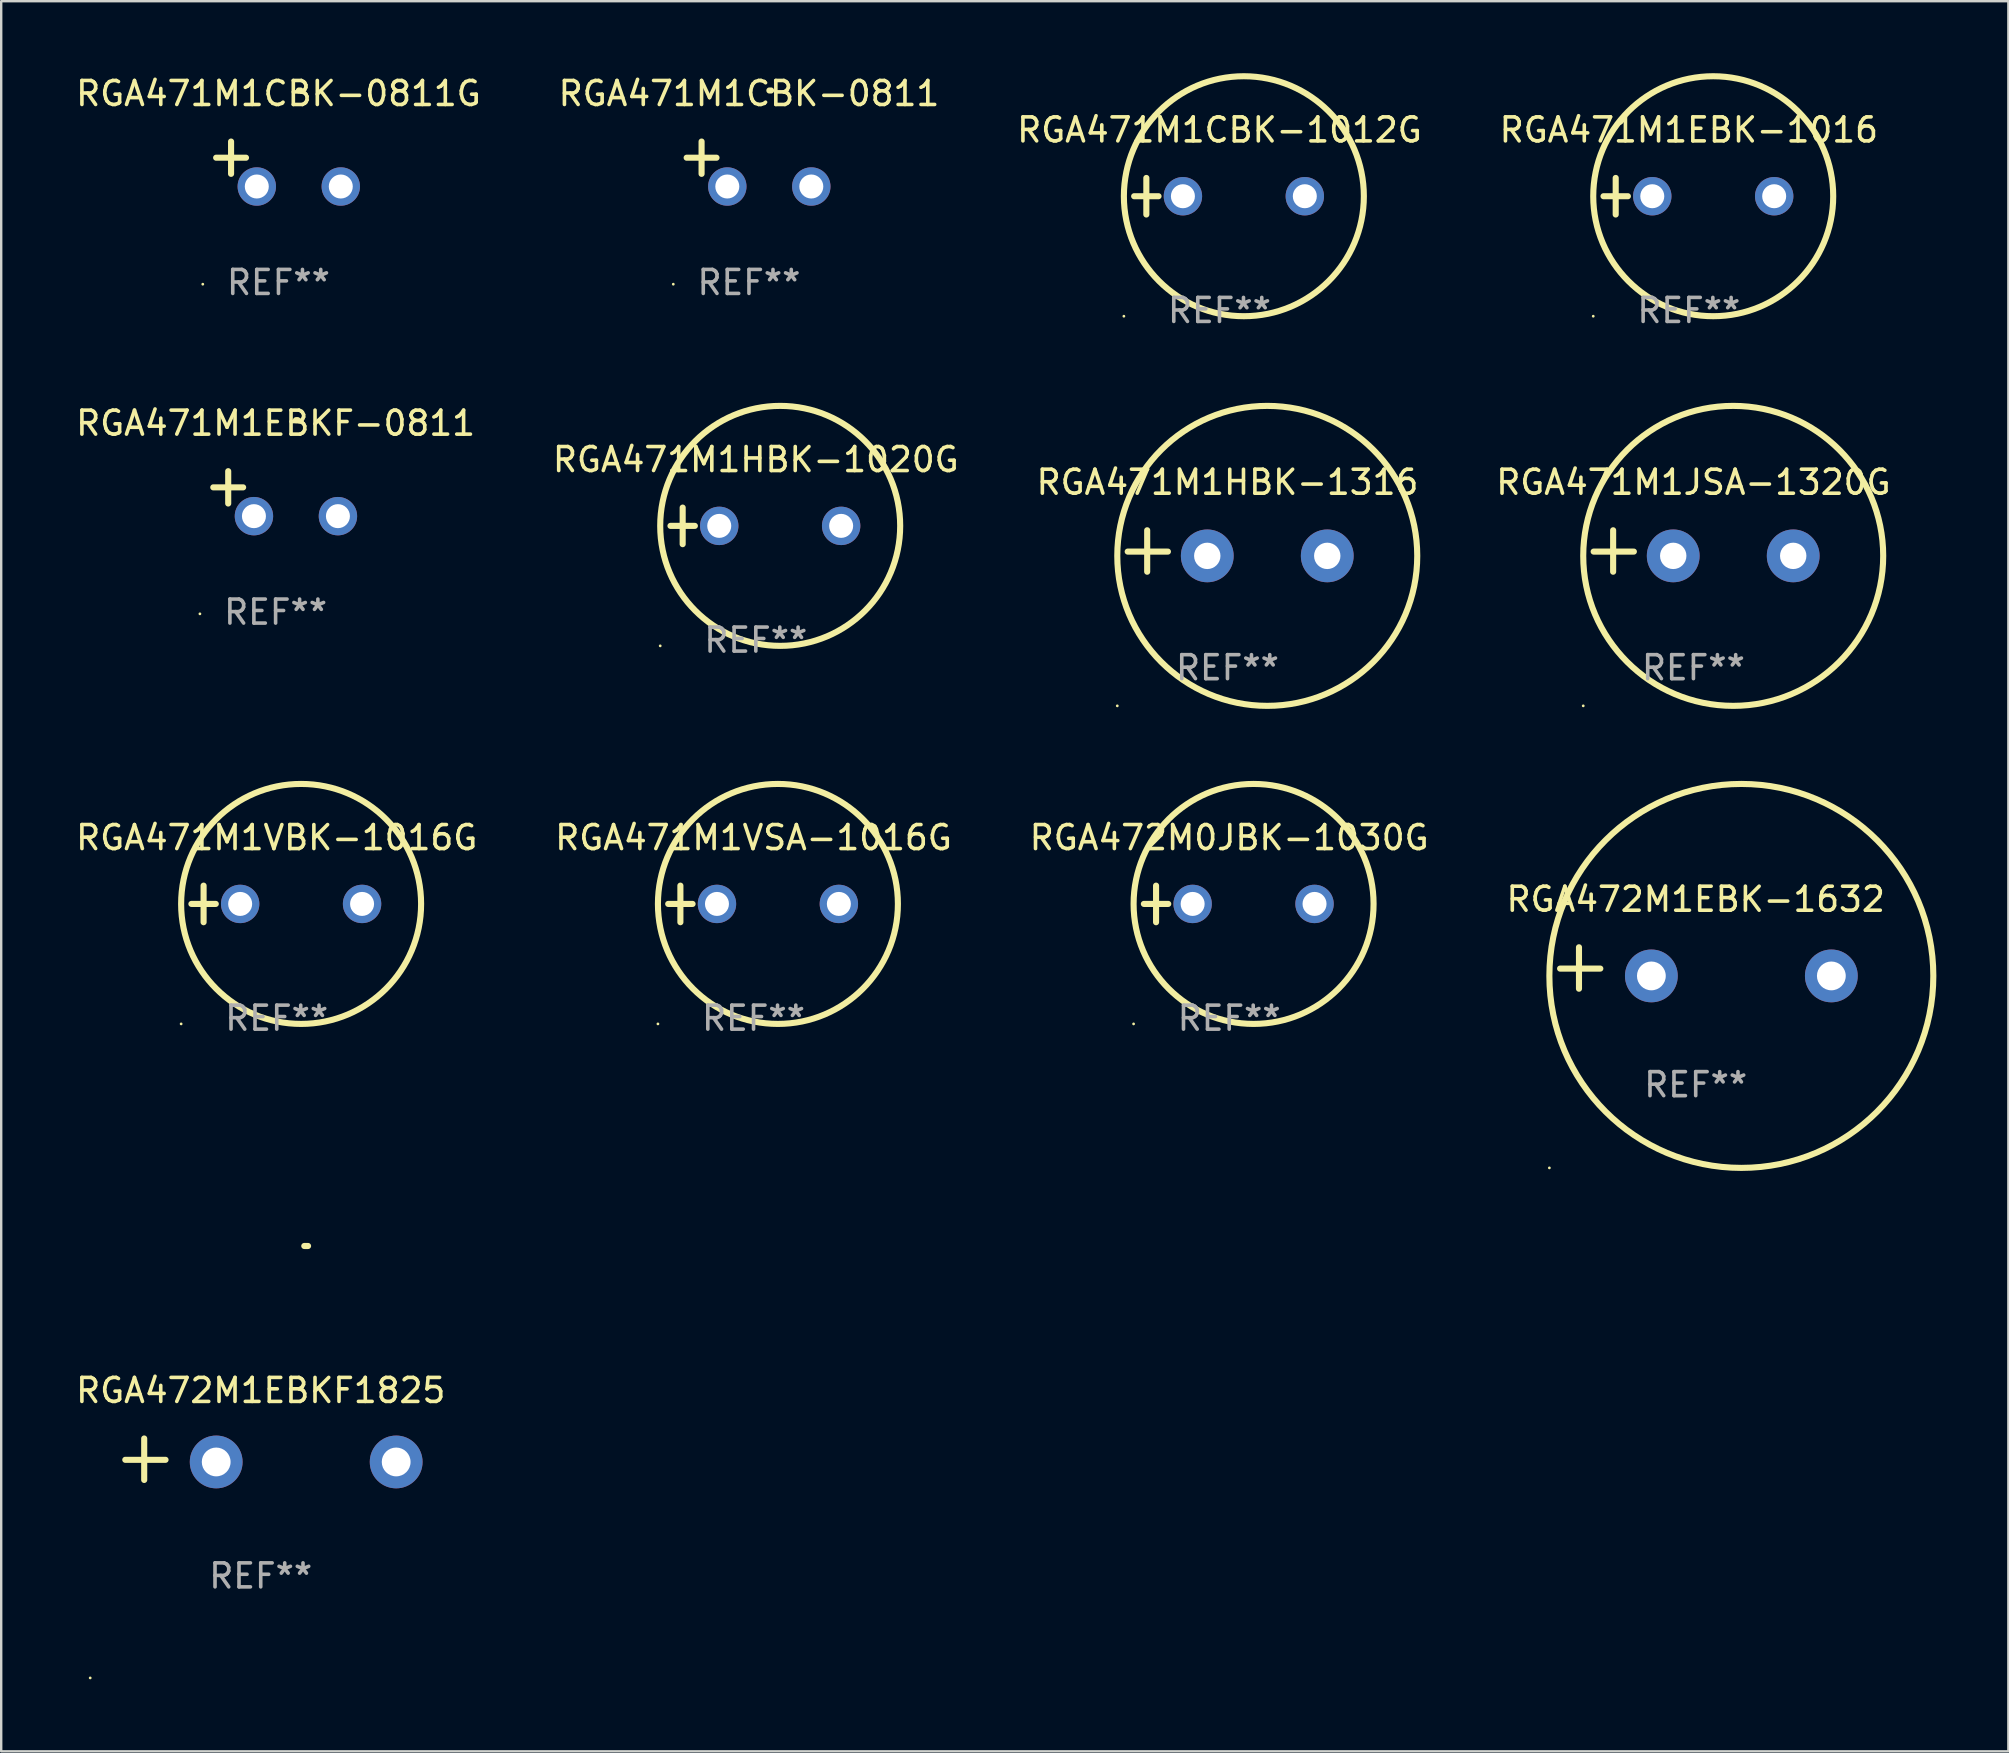
<source format=kicad_pcb>
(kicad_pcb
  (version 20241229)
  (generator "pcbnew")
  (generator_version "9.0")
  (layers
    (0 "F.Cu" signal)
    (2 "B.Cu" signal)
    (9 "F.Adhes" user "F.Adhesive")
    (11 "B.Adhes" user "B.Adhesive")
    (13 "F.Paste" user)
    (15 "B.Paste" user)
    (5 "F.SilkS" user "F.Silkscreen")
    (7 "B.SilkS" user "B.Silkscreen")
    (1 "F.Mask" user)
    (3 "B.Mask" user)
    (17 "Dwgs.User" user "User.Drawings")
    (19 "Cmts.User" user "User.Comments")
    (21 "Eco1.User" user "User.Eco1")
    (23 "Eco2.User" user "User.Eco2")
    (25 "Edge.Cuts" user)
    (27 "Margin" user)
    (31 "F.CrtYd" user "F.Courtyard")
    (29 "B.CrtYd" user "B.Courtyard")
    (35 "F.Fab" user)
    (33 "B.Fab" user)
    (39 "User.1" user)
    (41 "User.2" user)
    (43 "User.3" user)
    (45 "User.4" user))
  (footprint "RGA472M1EBK-1632"
    (layer "F.Cu")
    (at 67.613 37.288)
    (property "Reference" "RGA472M1EBK-1632" (at 0 -2.864 0) (layer "F.SilkS") (effects (font (size 1 1) (thickness 0.15))))
    (attr through_hole)
    (fp_line (start -4.864 0.864) (end -4.864 -0.864) (stroke (width 0.254) (type solid)) (layer "F.SilkS"))
    (fp_line (start -3.975 0.025) (end -5.652 0.025) (stroke (width 0.254) (type solid)) (layer "F.SilkS"))
    (fp_circle (center -6.098 8.33) (end -6.068 8.33) (stroke (width 0.06) (type solid)) (fill no) (layer "F.SilkS"))
    (fp_circle (center 1.902 0.33) (end 9.902 0.33) (stroke (width 0.254) (type solid)) (fill no) (layer "F.SilkS"))
    (fp_text user "REF**" (at 0 4.864 0) (layer "F.Fab") (effects (font (size 1 1) (thickness 0.15))))
    (pad "1" thru_hole circle (at -1.848 0.33) (size 2.2 2.2) (drill 1.2) (layers "*.Cu" "*.Mask"))
    (pad "2" thru_hole circle (at 5.652 0.33) (size 2.2 2.2) (drill 1.2) (layers "*.Cu" "*.Mask")))
  (footprint "RGA471M1CBK-0811G"
    (layer "F.Cu")
    (at 8.554 3.785)
    (property "Reference" "RGA471M1CBK-0811G" (at 0 -2.937 0) (layer "F.SilkS") (effects (font (size 1 1) (thickness 0.15))))
    (attr through_hole)
    (fp_line (start -1.975 0.41) (end -1.975 -0.937) (stroke (width 0.254) (type solid)) (layer "F.SilkS"))
    (fp_line (start -1.353 -0.263) (end -2.597 -0.263) (stroke (width 0.254) (type solid)) (layer "F.SilkS"))
    (fp_arc (start 0.849809 -3.063957) (mid 0.885369 -3.064114) (end 0.920929 -3.063957) (stroke (width 0.254001) (type solid)) (layer "F.SilkS"))
    (fp_circle (center -3.154 5.008) (end -3.124 5.008) (stroke (width 0.06) (type solid)) (fill no) (layer "F.SilkS"))
    (fp_text user "REF**" (at 0 4.937 0) (layer "F.Fab") (effects (font (size 1 1) (thickness 0.15))))
    (pad "1" thru_hole circle (at -0.903 0.937) (size 1.6 1.6) (drill 1) (layers "*.Cu" "*.Mask"))
    (pad "2" thru_hole circle (at 2.597 0.937) (size 1.6 1.6) (drill 1) (layers "*.Cu" "*.Mask")))
  (footprint "RGA471M1VBK-1016G"
    (layer "F.Cu")
    (at 8.482 34.618)
    (property "Reference" "RGA471M1VBK-1016G" (at 0 -2.762 0) (layer "F.SilkS") (effects (font (size 1 1) (thickness 0.15))))
    (attr through_hole)
    (fp_line (start -3.556 0) (end -2.54 0) (stroke (width 0.254) (type solid)) (layer "F.SilkS"))
    (fp_line (start -3.048 -0.762) (end -3.048 0.762) (stroke (width 0.254) (type solid)) (layer "F.SilkS"))
    (fp_circle (center -3.984 5) (end -3.954 5) (stroke (width 0.06) (type solid)) (fill no) (layer "F.SilkS"))
    (fp_circle (center 1.016 0) (end 6.016 0) (stroke (width 0.254) (type solid)) (fill no) (layer "F.SilkS"))
    (fp_text user "REF**" (at 0 4.762 0) (layer "F.Fab") (effects (font (size 1 1) (thickness 0.15))))
    (pad "1" thru_hole circle (at -1.524 0) (size 1.6 1.6) (drill 1) (layers "*.Cu" "*.Mask"))
    (pad "2" thru_hole circle (at 3.556 0) (size 1.6 1.6) (drill 1) (layers "*.Cu" "*.Mask")))
  (footprint "RGA471M1HBK-1316"
    (layer "F.Cu")
    (at 48.101 19.911)
    (property "Reference" "RGA471M1HBK-1316" (at 0 -2.864 0) (layer "F.SilkS") (effects (font (size 1 1) (thickness 0.15))))
    (attr through_hole)
    (fp_line (start -3.346 0.864) (end -3.346 -0.864) (stroke (width 0.254) (type solid)) (layer "F.SilkS"))
    (fp_line (start -2.482 0.025) (end -4.158 0.025) (stroke (width 0.254) (type solid)) (layer "F.SilkS"))
    (fp_circle (center -4.592 6.453) (end -4.562 6.453) (stroke (width 0.06) (type solid)) (fill no) (layer "F.SilkS"))
    (fp_circle (center 1.658 0.203) (end 7.908 0.203) (stroke (width 0.254) (type solid)) (fill no) (layer "F.SilkS"))
    (fp_text user "REF**" (at 0 4.864 0) (layer "F.Fab") (effects (font (size 1 1) (thickness 0.15))))
    (pad "1" thru_hole circle (at -0.842 0.203) (size 2.2 2.2) (drill 1.1) (layers "*.Cu" "*.Mask"))
    (pad "2" thru_hole circle (at 4.158 0.203) (size 2.2 2.2) (drill 1.1) (layers "*.Cu" "*.Mask")))
  (footprint "RGA471M1EBKF-0811"
    (layer "F.Cu")
    (at 8.435 17.522)
    (property "Reference" "RGA471M1EBKF-0811" (at 0 -2.937 0) (layer "F.SilkS") (effects (font (size 1 1) (thickness 0.15))))
    (attr through_hole)
    (fp_line (start -1.975 0.41) (end -1.975 -0.937) (stroke (width 0.254) (type solid)) (layer "F.SilkS"))
    (fp_line (start -1.353 -0.263) (end -2.597 -0.263) (stroke (width 0.254) (type solid)) (layer "F.SilkS"))
    (fp_arc (start 0.849809 -3.063957) (mid 0.885369 -3.064114) (end 0.920929 -3.063957) (stroke (width 0.254001) (type solid)) (layer "F.SilkS"))
    (fp_circle (center -3.154 5.008) (end -3.124 5.008) (stroke (width 0.06) (type solid)) (fill no) (layer "F.SilkS"))
    (fp_text user "REF**" (at 0 4.937 0) (layer "F.Fab") (effects (font (size 1 1) (thickness 0.15))))
    (pad "1" thru_hole circle (at -0.903 0.937) (size 1.6 1.6) (drill 1) (layers "*.Cu" "*.Mask"))
    (pad "2" thru_hole circle (at 2.597 0.937) (size 1.6 1.6) (drill 1) (layers "*.Cu" "*.Mask")))
  (footprint "RGA471M1JSA-1320G"
    (layer "F.Cu")
    (at 67.518 19.911)
    (property "Reference" "RGA471M1JSA-1320G" (at 0 -2.864 0) (layer "F.SilkS") (effects (font (size 1 1) (thickness 0.15))))
    (attr through_hole)
    (fp_line (start -3.346 0.864) (end -3.346 -0.864) (stroke (width 0.254) (type solid)) (layer "F.SilkS"))
    (fp_line (start -2.482 0.025) (end -4.158 0.025) (stroke (width 0.254) (type solid)) (layer "F.SilkS"))
    (fp_circle (center -4.592 6.453) (end -4.562 6.453) (stroke (width 0.06) (type solid)) (fill no) (layer "F.SilkS"))
    (fp_circle (center 1.658 0.203) (end 7.908 0.203) (stroke (width 0.254) (type solid)) (fill no) (layer "F.SilkS"))
    (fp_text user "REF**" (at 0 4.864 0) (layer "F.Fab") (effects (font (size 1 1) (thickness 0.15))))
    (pad "1" thru_hole circle (at -0.842 0.203) (size 2.2 2.2) (drill 1.1) (layers "*.Cu" "*.Mask"))
    (pad "2" thru_hole circle (at 4.158 0.203) (size 2.2 2.2) (drill 1.1) (layers "*.Cu" "*.Mask")))
  (footprint "RGA471M1VSA-1016G"
    (layer "F.Cu")
    (at 28.351 34.618)
    (property "Reference" "RGA471M1VSA-1016G" (at 0 -2.762 0) (layer "F.SilkS") (effects (font (size 1 1) (thickness 0.15))))
    (attr through_hole)
    (fp_line (start -3.556 0) (end -2.54 0) (stroke (width 0.254) (type solid)) (layer "F.SilkS"))
    (fp_line (start -3.048 -0.762) (end -3.048 0.762) (stroke (width 0.254) (type solid)) (layer "F.SilkS"))
    (fp_circle (center -3.984 5) (end -3.954 5) (stroke (width 0.06) (type solid)) (fill no) (layer "F.SilkS"))
    (fp_circle (center 1.016 0) (end 6.016 0) (stroke (width 0.254) (type solid)) (fill no) (layer "F.SilkS"))
    (fp_text user "REF**" (at 0 4.762 0) (layer "F.Fab") (effects (font (size 1 1) (thickness 0.15))))
    (pad "1" thru_hole circle (at -1.524 0) (size 1.6 1.6) (drill 1) (layers "*.Cu" "*.Mask"))
    (pad "2" thru_hole circle (at 3.556 0) (size 1.6 1.6) (drill 1) (layers "*.Cu" "*.Mask")))
  (footprint "RGA472M0JBK-1030G"
    (layer "F.Cu")
    (at 48.173 34.618)
    (property "Reference" "RGA472M0JBK-1030G" (at 0 -2.762 0) (layer "F.SilkS") (effects (font (size 1 1) (thickness 0.15))))
    (attr through_hole)
    (fp_line (start -3.556 0) (end -2.54 0) (stroke (width 0.254) (type solid)) (layer "F.SilkS"))
    (fp_line (start -3.048 -0.762) (end -3.048 0.762) (stroke (width 0.254) (type solid)) (layer "F.SilkS"))
    (fp_circle (center -3.984 5) (end -3.954 5) (stroke (width 0.06) (type solid)) (fill no) (layer "F.SilkS"))
    (fp_circle (center 1.016 0) (end 6.016 0) (stroke (width 0.254) (type solid)) (fill no) (layer "F.SilkS"))
    (fp_text user "REF**" (at 0 4.762 0) (layer "F.Fab") (effects (font (size 1 1) (thickness 0.15))))
    (pad "1" thru_hole circle (at -1.524 0) (size 1.6 1.6) (drill 1) (layers "*.Cu" "*.Mask"))
    (pad "2" thru_hole circle (at 3.556 0) (size 1.6 1.6) (drill 1) (layers "*.Cu" "*.Mask")))
  (footprint "RGA471M1CBK-1012G"
    (layer "F.Cu")
    (at 47.768 5.127)
    (property "Reference" "RGA471M1CBK-1012G" (at 0 -2.762 0) (layer "F.SilkS") (effects (font (size 1 1) (thickness 0.15))))
    (attr through_hole)
    (fp_line (start -3.556 0) (end -2.54 0) (stroke (width 0.254) (type solid)) (layer "F.SilkS"))
    (fp_line (start -3.048 -0.762) (end -3.048 0.762) (stroke (width 0.254) (type solid)) (layer "F.SilkS"))
    (fp_circle (center -3.984 5) (end -3.954 5) (stroke (width 0.06) (type solid)) (fill no) (layer "F.SilkS"))
    (fp_circle (center 1.016 0) (end 6.016 0) (stroke (width 0.254) (type solid)) (fill no) (layer "F.SilkS"))
    (fp_text user "REF**" (at 0 4.762 0) (layer "F.Fab") (effects (font (size 1 1) (thickness 0.15))))
    (pad "1" thru_hole circle (at -1.524 0) (size 1.6 1.6) (drill 1) (layers "*.Cu" "*.Mask"))
    (pad "2" thru_hole circle (at 3.556 0) (size 1.6 1.6) (drill 1) (layers "*.Cu" "*.Mask")))
  (footprint "RGA471M1CBK-0811"
    (layer "F.Cu")
    (at 28.161 3.785)
    (property "Reference" "RGA471M1CBK-0811" (at 0 -2.937 0) (layer "F.SilkS") (effects (font (size 1 1) (thickness 0.15))))
    (attr through_hole)
    (fp_line (start -1.975 0.41) (end -1.975 -0.937) (stroke (width 0.254) (type solid)) (layer "F.SilkS"))
    (fp_line (start -1.353 -0.263) (end -2.597 -0.263) (stroke (width 0.254) (type solid)) (layer "F.SilkS"))
    (fp_arc (start 0.849809 -3.063957) (mid 0.885369 -3.064114) (end 0.920929 -3.063957) (stroke (width 0.254001) (type solid)) (layer "F.SilkS"))
    (fp_circle (center -3.154 5.008) (end -3.124 5.008) (stroke (width 0.06) (type solid)) (fill no) (layer "F.SilkS"))
    (fp_text user "REF**" (at 0 4.937 0) (layer "F.Fab") (effects (font (size 1 1) (thickness 0.15))))
    (pad "1" thru_hole circle (at -0.903 0.937) (size 1.6 1.6) (drill 1) (layers "*.Cu" "*.Mask"))
    (pad "2" thru_hole circle (at 2.597 0.937) (size 1.6 1.6) (drill 1) (layers "*.Cu" "*.Mask")))
  (footprint "RGA471M1HBK-1020G"
    (layer "F.Cu")
    (at 28.446 18.864)
    (property "Reference" "RGA471M1HBK-1020G" (at 0 -2.762 0) (layer "F.SilkS") (effects (font (size 1 1) (thickness 0.15))))
    (attr through_hole)
    (fp_line (start -3.556 0) (end -2.54 0) (stroke (width 0.254) (type solid)) (layer "F.SilkS"))
    (fp_line (start -3.048 -0.762) (end -3.048 0.762) (stroke (width 0.254) (type solid)) (layer "F.SilkS"))
    (fp_circle (center -3.984 5) (end -3.954 5) (stroke (width 0.06) (type solid)) (fill no) (layer "F.SilkS"))
    (fp_circle (center 1.016 0) (end 6.016 0) (stroke (width 0.254) (type solid)) (fill no) (layer "F.SilkS"))
    (fp_text user "REF**" (at 0 4.762 0) (layer "F.Fab") (effects (font (size 1 1) (thickness 0.15))))
    (pad "1" thru_hole circle (at -1.524 0) (size 1.6 1.6) (drill 1) (layers "*.Cu" "*.Mask"))
    (pad "2" thru_hole circle (at 3.556 0) (size 1.6 1.6) (drill 1) (layers "*.Cu" "*.Mask")))
  (footprint "RGA472M1EBKF1825"
    (layer "F.Cu")
    (at 7.815 57.758)
    (property "Reference" "RGA472M1EBKF1825" (at 0 -2.864 0) (layer "F.SilkS") (effects (font (size 1 1) (thickness 0.15))))
    (attr through_hole)
    (fp_line (start -4.856 0.864) (end -4.856 -0.864) (stroke (width 0.254) (type solid)) (layer "F.SilkS"))
    (fp_line (start -3.967 0.025) (end -5.644 0.025) (stroke (width 0.254) (type solid)) (layer "F.SilkS"))
    (fp_arc (start 1.815024 -8.885649) (mid 1.893764 -8.88599) (end 1.972504 -8.885649) (stroke (width 0.254001) (type solid)) (layer "F.SilkS"))
    (fp_circle (center -7.106 9.114) (end -7.076 9.114) (stroke (width 0.06) (type solid)) (fill no) (layer "F.SilkS"))
    (fp_text user "REF**" (at 0 4.864 0) (layer "F.Fab") (effects (font (size 1 1) (thickness 0.15))))
    (pad "1" thru_hole circle (at -1.856 0.114) (size 2.2 2.2) (drill 1.2) (layers "*.Cu" "*.Mask"))
    (pad "2" thru_hole circle (at 5.644 0.114) (size 2.2 2.2) (drill 1.2) (layers "*.Cu" "*.Mask")))
  (footprint "RGA471M1EBK-1016"
    (layer "F.Cu")
    (at 67.327 5.127)
    (property "Reference" "RGA471M1EBK-1016" (at 0 -2.762 0) (layer "F.SilkS") (effects (font (size 1 1) (thickness 0.15))))
    (attr through_hole)
    (fp_line (start -3.556 0) (end -2.54 0) (stroke (width 0.254) (type solid)) (layer "F.SilkS"))
    (fp_line (start -3.048 -0.762) (end -3.048 0.762) (stroke (width 0.254) (type solid)) (layer "F.SilkS"))
    (fp_circle (center -3.984 5) (end -3.954 5) (stroke (width 0.06) (type solid)) (fill no) (layer "F.SilkS"))
    (fp_circle (center 1.016 0) (end 6.016 0) (stroke (width 0.254) (type solid)) (fill no) (layer "F.SilkS"))
    (fp_text user "REF**" (at 0 4.762 0) (layer "F.Fab") (effects (font (size 1 1) (thickness 0.15))))
    (pad "1" thru_hole circle (at -1.524 0) (size 1.6 1.6) (drill 1) (layers "*.Cu" "*.Mask"))
    (pad "2" thru_hole circle (at 3.556 0) (size 1.6 1.6) (drill 1) (layers "*.Cu" "*.Mask")))
  (gr_rect
    (start -3 -3)
    (end 80.642 69.932)
    (stroke (width 0.1) (type default))
    (fill no)
    (layer "Edge.Cuts")))
</source>
